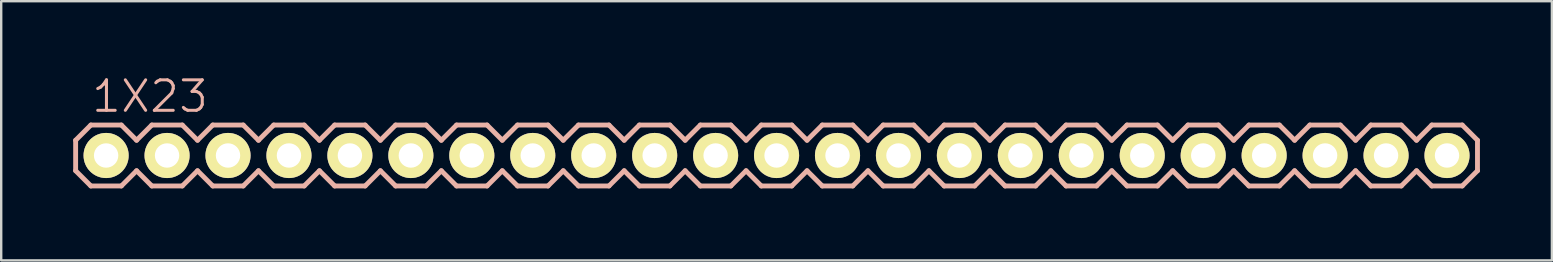
<source format=kicad_pcb>
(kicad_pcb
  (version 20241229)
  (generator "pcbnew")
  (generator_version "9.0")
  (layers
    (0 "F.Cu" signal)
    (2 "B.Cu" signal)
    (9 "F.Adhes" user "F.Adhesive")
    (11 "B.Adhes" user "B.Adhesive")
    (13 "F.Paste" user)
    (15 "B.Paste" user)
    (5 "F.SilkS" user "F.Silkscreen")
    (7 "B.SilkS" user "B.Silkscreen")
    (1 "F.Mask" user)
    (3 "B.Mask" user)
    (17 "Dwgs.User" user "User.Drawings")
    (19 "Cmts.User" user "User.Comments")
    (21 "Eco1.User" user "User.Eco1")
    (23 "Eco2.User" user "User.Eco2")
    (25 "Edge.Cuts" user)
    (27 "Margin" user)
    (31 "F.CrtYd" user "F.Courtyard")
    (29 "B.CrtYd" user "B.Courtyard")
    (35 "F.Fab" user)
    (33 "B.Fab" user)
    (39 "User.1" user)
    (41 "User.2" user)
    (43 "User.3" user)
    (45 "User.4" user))
  (footprint "1X23"
    (layer "F.Cu")
    (at 28.042 3.43)
    (property "Reference" "1X23" (at -24.841 -2.464 0) (layer "B.SilkS") (effects (font (size 1.27 1.27) (thickness 0.127))))
    (attr exclude_from_pos_files exclude_from_bom)
    (fp_line (start -26.924 -0.254) (end -26.416 -0.254) (stroke (width 0.066) (type solid)) (layer "F.SilkS"))
    (fp_line (start -26.924 0.254) (end -26.924 -0.254) (stroke (width 0.066) (type solid)) (layer "F.SilkS"))
    (fp_line (start -26.924 0.254) (end -26.416 0.254) (stroke (width 0.066) (type solid)) (layer "F.SilkS"))
    (fp_line (start -26.416 0.254) (end -26.416 -0.254) (stroke (width 0.066) (type solid)) (layer "F.SilkS"))
    (fp_line (start -24.384 -0.254) (end -23.876 -0.254) (stroke (width 0.066) (type solid)) (layer "F.SilkS"))
    (fp_line (start -24.384 0.254) (end -24.384 -0.254) (stroke (width 0.066) (type solid)) (layer "F.SilkS"))
    (fp_line (start -24.384 0.254) (end -23.876 0.254) (stroke (width 0.066) (type solid)) (layer "F.SilkS"))
    (fp_line (start -23.876 0.254) (end -23.876 -0.254) (stroke (width 0.066) (type solid)) (layer "F.SilkS"))
    (fp_line (start -21.844 -0.254) (end -21.336 -0.254) (stroke (width 0.066) (type solid)) (layer "F.SilkS"))
    (fp_line (start -21.844 0.254) (end -21.844 -0.254) (stroke (width 0.066) (type solid)) (layer "F.SilkS"))
    (fp_line (start -21.844 0.254) (end -21.336 0.254) (stroke (width 0.066) (type solid)) (layer "F.SilkS"))
    (fp_line (start -21.336 0.254) (end -21.336 -0.254) (stroke (width 0.066) (type solid)) (layer "F.SilkS"))
    (fp_line (start -19.304 -0.254) (end -18.796 -0.254) (stroke (width 0.066) (type solid)) (layer "F.SilkS"))
    (fp_line (start -19.304 0.254) (end -19.304 -0.254) (stroke (width 0.066) (type solid)) (layer "F.SilkS"))
    (fp_line (start -19.304 0.254) (end -18.796 0.254) (stroke (width 0.066) (type solid)) (layer "F.SilkS"))
    (fp_line (start -18.796 0.254) (end -18.796 -0.254) (stroke (width 0.066) (type solid)) (layer "F.SilkS"))
    (fp_line (start -16.764 -0.254) (end -16.256 -0.254) (stroke (width 0.066) (type solid)) (layer "F.SilkS"))
    (fp_line (start -16.764 0.254) (end -16.764 -0.254) (stroke (width 0.066) (type solid)) (layer "F.SilkS"))
    (fp_line (start -16.764 0.254) (end -16.256 0.254) (stroke (width 0.066) (type solid)) (layer "F.SilkS"))
    (fp_line (start -16.256 0.254) (end -16.256 -0.254) (stroke (width 0.066) (type solid)) (layer "F.SilkS"))
    (fp_line (start -14.224 -0.254) (end -13.716 -0.254) (stroke (width 0.066) (type solid)) (layer "F.SilkS"))
    (fp_line (start -14.224 0.254) (end -14.224 -0.254) (stroke (width 0.066) (type solid)) (layer "F.SilkS"))
    (fp_line (start -14.224 0.254) (end -13.716 0.254) (stroke (width 0.066) (type solid)) (layer "F.SilkS"))
    (fp_line (start -13.716 0.254) (end -13.716 -0.254) (stroke (width 0.066) (type solid)) (layer "F.SilkS"))
    (fp_line (start -11.684 -0.254) (end -11.176 -0.254) (stroke (width 0.066) (type solid)) (layer "F.SilkS"))
    (fp_line (start -11.684 0.254) (end -11.684 -0.254) (stroke (width 0.066) (type solid)) (layer "F.SilkS"))
    (fp_line (start -11.684 0.254) (end -11.176 0.254) (stroke (width 0.066) (type solid)) (layer "F.SilkS"))
    (fp_line (start -11.176 0.254) (end -11.176 -0.254) (stroke (width 0.066) (type solid)) (layer "F.SilkS"))
    (fp_line (start -9.144 -0.254) (end -8.636 -0.254) (stroke (width 0.066) (type solid)) (layer "F.SilkS"))
    (fp_line (start -9.144 0.254) (end -9.144 -0.254) (stroke (width 0.066) (type solid)) (layer "F.SilkS"))
    (fp_line (start -9.144 0.254) (end -8.636 0.254) (stroke (width 0.066) (type solid)) (layer "F.SilkS"))
    (fp_line (start -8.636 0.254) (end -8.636 -0.254) (stroke (width 0.066) (type solid)) (layer "F.SilkS"))
    (fp_line (start -6.604 -0.254) (end -6.096 -0.254) (stroke (width 0.066) (type solid)) (layer "F.SilkS"))
    (fp_line (start -6.604 0.254) (end -6.604 -0.254) (stroke (width 0.066) (type solid)) (layer "F.SilkS"))
    (fp_line (start -6.604 0.254) (end -6.096 0.254) (stroke (width 0.066) (type solid)) (layer "F.SilkS"))
    (fp_line (start -6.096 0.254) (end -6.096 -0.254) (stroke (width 0.066) (type solid)) (layer "F.SilkS"))
    (fp_line (start -4.064 -0.254) (end -3.556 -0.254) (stroke (width 0.066) (type solid)) (layer "F.SilkS"))
    (fp_line (start -4.064 0.254) (end -4.064 -0.254) (stroke (width 0.066) (type solid)) (layer "F.SilkS"))
    (fp_line (start -4.064 0.254) (end -3.556 0.254) (stroke (width 0.066) (type solid)) (layer "F.SilkS"))
    (fp_line (start -3.556 0.254) (end -3.556 -0.254) (stroke (width 0.066) (type solid)) (layer "F.SilkS"))
    (fp_line (start -1.524 -0.254) (end -1.016 -0.254) (stroke (width 0.066) (type solid)) (layer "F.SilkS"))
    (fp_line (start -1.524 0.254) (end -1.524 -0.254) (stroke (width 0.066) (type solid)) (layer "F.SilkS"))
    (fp_line (start -1.524 0.254) (end -1.016 0.254) (stroke (width 0.066) (type solid)) (layer "F.SilkS"))
    (fp_line (start -1.016 0.254) (end -1.016 -0.254) (stroke (width 0.066) (type solid)) (layer "F.SilkS"))
    (fp_line (start 1.016 -0.254) (end 1.524 -0.254) (stroke (width 0.066) (type solid)) (layer "F.SilkS"))
    (fp_line (start 1.016 0.254) (end 1.016 -0.254) (stroke (width 0.066) (type solid)) (layer "F.SilkS"))
    (fp_line (start 1.016 0.254) (end 1.524 0.254) (stroke (width 0.066) (type solid)) (layer "F.SilkS"))
    (fp_line (start 1.524 0.254) (end 1.524 -0.254) (stroke (width 0.066) (type solid)) (layer "F.SilkS"))
    (fp_line (start 3.556 -0.254) (end 4.064 -0.254) (stroke (width 0.066) (type solid)) (layer "F.SilkS"))
    (fp_line (start 3.556 0.254) (end 3.556 -0.254) (stroke (width 0.066) (type solid)) (layer "F.SilkS"))
    (fp_line (start 3.556 0.254) (end 4.064 0.254) (stroke (width 0.066) (type solid)) (layer "F.SilkS"))
    (fp_line (start 4.064 0.254) (end 4.064 -0.254) (stroke (width 0.066) (type solid)) (layer "F.SilkS"))
    (fp_line (start 6.096 -0.254) (end 6.604 -0.254) (stroke (width 0.066) (type solid)) (layer "F.SilkS"))
    (fp_line (start 6.096 0.254) (end 6.096 -0.254) (stroke (width 0.066) (type solid)) (layer "F.SilkS"))
    (fp_line (start 6.096 0.254) (end 6.604 0.254) (stroke (width 0.066) (type solid)) (layer "F.SilkS"))
    (fp_line (start 6.604 0.254) (end 6.604 -0.254) (stroke (width 0.066) (type solid)) (layer "F.SilkS"))
    (fp_line (start 8.636 -0.254) (end 9.144 -0.254) (stroke (width 0.066) (type solid)) (layer "F.SilkS"))
    (fp_line (start 8.636 0.254) (end 8.636 -0.254) (stroke (width 0.066) (type solid)) (layer "F.SilkS"))
    (fp_line (start 8.636 0.254) (end 9.144 0.254) (stroke (width 0.066) (type solid)) (layer "F.SilkS"))
    (fp_line (start 9.144 0.254) (end 9.144 -0.254) (stroke (width 0.066) (type solid)) (layer "F.SilkS"))
    (fp_line (start 11.176 -0.254) (end 11.684 -0.254) (stroke (width 0.066) (type solid)) (layer "F.SilkS"))
    (fp_line (start 11.176 0.254) (end 11.176 -0.254) (stroke (width 0.066) (type solid)) (layer "F.SilkS"))
    (fp_line (start 11.176 0.254) (end 11.684 0.254) (stroke (width 0.066) (type solid)) (layer "F.SilkS"))
    (fp_line (start 11.684 0.254) (end 11.684 -0.254) (stroke (width 0.066) (type solid)) (layer "F.SilkS"))
    (fp_line (start 13.716 -0.254) (end 14.224 -0.254) (stroke (width 0.066) (type solid)) (layer "F.SilkS"))
    (fp_line (start 13.716 0.254) (end 13.716 -0.254) (stroke (width 0.066) (type solid)) (layer "F.SilkS"))
    (fp_line (start 13.716 0.254) (end 14.224 0.254) (stroke (width 0.066) (type solid)) (layer "F.SilkS"))
    (fp_line (start 14.224 0.254) (end 14.224 -0.254) (stroke (width 0.066) (type solid)) (layer "F.SilkS"))
    (fp_line (start 16.256 -0.254) (end 16.764 -0.254) (stroke (width 0.066) (type solid)) (layer "F.SilkS"))
    (fp_line (start 16.256 0.254) (end 16.256 -0.254) (stroke (width 0.066) (type solid)) (layer "F.SilkS"))
    (fp_line (start 16.256 0.254) (end 16.764 0.254) (stroke (width 0.066) (type solid)) (layer "F.SilkS"))
    (fp_line (start 16.764 0.254) (end 16.764 -0.254) (stroke (width 0.066) (type solid)) (layer "F.SilkS"))
    (fp_line (start 18.796 -0.254) (end 19.304 -0.254) (stroke (width 0.066) (type solid)) (layer "F.SilkS"))
    (fp_line (start 18.796 0.254) (end 18.796 -0.254) (stroke (width 0.066) (type solid)) (layer "F.SilkS"))
    (fp_line (start 18.796 0.254) (end 19.304 0.254) (stroke (width 0.066) (type solid)) (layer "F.SilkS"))
    (fp_line (start 19.304 0.254) (end 19.304 -0.254) (stroke (width 0.066) (type solid)) (layer "F.SilkS"))
    (fp_line (start 21.336 -0.254) (end 21.844 -0.254) (stroke (width 0.066) (type solid)) (layer "F.SilkS"))
    (fp_line (start 21.336 0.254) (end 21.336 -0.254) (stroke (width 0.066) (type solid)) (layer "F.SilkS"))
    (fp_line (start 21.336 0.254) (end 21.844 0.254) (stroke (width 0.066) (type solid)) (layer "F.SilkS"))
    (fp_line (start 21.844 0.254) (end 21.844 -0.254) (stroke (width 0.066) (type solid)) (layer "F.SilkS"))
    (fp_line (start 23.876 -0.254) (end 24.384 -0.254) (stroke (width 0.066) (type solid)) (layer "F.SilkS"))
    (fp_line (start 23.876 0.254) (end 23.876 -0.254) (stroke (width 0.066) (type solid)) (layer "F.SilkS"))
    (fp_line (start 23.876 0.254) (end 24.384 0.254) (stroke (width 0.066) (type solid)) (layer "F.SilkS"))
    (fp_line (start 24.384 0.254) (end 24.384 -0.254) (stroke (width 0.066) (type solid)) (layer "F.SilkS"))
    (fp_line (start 26.416 -0.254) (end 26.924 -0.254) (stroke (width 0.066) (type solid)) (layer "F.SilkS"))
    (fp_line (start 26.416 0.254) (end 26.416 -0.254) (stroke (width 0.066) (type solid)) (layer "F.SilkS"))
    (fp_line (start 26.416 0.254) (end 26.924 0.254) (stroke (width 0.066) (type solid)) (layer "F.SilkS"))
    (fp_line (start 26.924 0.254) (end 26.924 -0.254) (stroke (width 0.066) (type solid)) (layer "F.SilkS"))
    (fp_line (start 28.953 -0.254) (end 29.464 -0.254) (stroke (width 0.066) (type solid)) (layer "F.SilkS"))
    (fp_line (start 28.953 0.254) (end 28.953 -0.254) (stroke (width 0.066) (type solid)) (layer "F.SilkS"))
    (fp_line (start 28.953 0.254) (end 29.464 0.254) (stroke (width 0.066) (type solid)) (layer "F.SilkS"))
    (fp_line (start 29.464 0.254) (end 29.464 -0.254) (stroke (width 0.066) (type solid)) (layer "F.SilkS"))
    (fp_line (start -27.94 -0.635) (end -27.94 0.635) (stroke (width 0.203) (type solid)) (layer "B.SilkS"))
    (fp_line (start -27.94 -0.635) (end -27.305 -1.27) (stroke (width 0.203) (type solid)) (layer "B.SilkS"))
    (fp_line (start -27.305 -1.27) (end -26.035 -1.27) (stroke (width 0.203) (type solid)) (layer "B.SilkS"))
    (fp_line (start -27.305 1.27) (end -27.94 0.635) (stroke (width 0.203) (type solid)) (layer "B.SilkS"))
    (fp_line (start -26.035 -1.27) (end -25.4 -0.635) (stroke (width 0.203) (type solid)) (layer "B.SilkS"))
    (fp_line (start -26.035 1.27) (end -27.305 1.27) (stroke (width 0.203) (type solid)) (layer "B.SilkS"))
    (fp_line (start -25.4 -0.635) (end -24.765 -1.27) (stroke (width 0.203) (type solid)) (layer "B.SilkS"))
    (fp_line (start -25.4 0.635) (end -26.035 1.27) (stroke (width 0.203) (type solid)) (layer "B.SilkS"))
    (fp_line (start -24.765 -1.27) (end -23.495 -1.27) (stroke (width 0.203) (type solid)) (layer "B.SilkS"))
    (fp_line (start -24.765 1.27) (end -25.4 0.635) (stroke (width 0.203) (type solid)) (layer "B.SilkS"))
    (fp_line (start -23.495 -1.27) (end -22.86 -0.635) (stroke (width 0.203) (type solid)) (layer "B.SilkS"))
    (fp_line (start -23.495 1.27) (end -24.765 1.27) (stroke (width 0.203) (type solid)) (layer "B.SilkS"))
    (fp_line (start -22.86 0.635) (end -23.495 1.27) (stroke (width 0.203) (type solid)) (layer "B.SilkS"))
    (fp_line (start -22.86 0.635) (end -22.225 1.27) (stroke (width 0.203) (type solid)) (layer "B.SilkS"))
    (fp_line (start -22.225 -1.27) (end -22.86 -0.635) (stroke (width 0.203) (type solid)) (layer "B.SilkS"))
    (fp_line (start -22.225 -1.27) (end -20.955 -1.27) (stroke (width 0.203) (type solid)) (layer "B.SilkS"))
    (fp_line (start -20.955 -1.27) (end -20.32 -0.635) (stroke (width 0.203) (type solid)) (layer "B.SilkS"))
    (fp_line (start -20.955 1.27) (end -22.225 1.27) (stroke (width 0.203) (type solid)) (layer "B.SilkS"))
    (fp_line (start -20.32 -0.635) (end -19.685 -1.27) (stroke (width 0.203) (type solid)) (layer "B.SilkS"))
    (fp_line (start -20.32 0.635) (end -20.955 1.27) (stroke (width 0.203) (type solid)) (layer "B.SilkS"))
    (fp_line (start -19.685 -1.27) (end -18.415 -1.27) (stroke (width 0.203) (type solid)) (layer "B.SilkS"))
    (fp_line (start -19.685 1.27) (end -20.32 0.635) (stroke (width 0.203) (type solid)) (layer "B.SilkS"))
    (fp_line (start -18.415 -1.27) (end -17.78 -0.635) (stroke (width 0.203) (type solid)) (layer "B.SilkS"))
    (fp_line (start -18.415 1.27) (end -19.685 1.27) (stroke (width 0.203) (type solid)) (layer "B.SilkS"))
    (fp_line (start -17.78 -0.635) (end -17.145 -1.27) (stroke (width 0.203) (type solid)) (layer "B.SilkS"))
    (fp_line (start -17.78 0.635) (end -18.415 1.27) (stroke (width 0.203) (type solid)) (layer "B.SilkS"))
    (fp_line (start -17.145 -1.27) (end -15.875 -1.27) (stroke (width 0.203) (type solid)) (layer "B.SilkS"))
    (fp_line (start -17.145 1.27) (end -17.78 0.635) (stroke (width 0.203) (type solid)) (layer "B.SilkS"))
    (fp_line (start -15.875 -1.27) (end -15.24 -0.635) (stroke (width 0.203) (type solid)) (layer "B.SilkS"))
    (fp_line (start -15.875 1.27) (end -17.145 1.27) (stroke (width 0.203) (type solid)) (layer "B.SilkS"))
    (fp_line (start -15.24 0.635) (end -15.875 1.27) (stroke (width 0.203) (type solid)) (layer "B.SilkS"))
    (fp_line (start -15.24 0.635) (end -14.605 1.27) (stroke (width 0.203) (type solid)) (layer "B.SilkS"))
    (fp_line (start -14.605 -1.27) (end -15.24 -0.635) (stroke (width 0.203) (type solid)) (layer "B.SilkS"))
    (fp_line (start -14.605 -1.27) (end -13.335 -1.27) (stroke (width 0.203) (type solid)) (layer "B.SilkS"))
    (fp_line (start -13.335 -1.27) (end -12.7 -0.635) (stroke (width 0.203) (type solid)) (layer "B.SilkS"))
    (fp_line (start -13.335 1.27) (end -14.605 1.27) (stroke (width 0.203) (type solid)) (layer "B.SilkS"))
    (fp_line (start -12.7 0.635) (end -13.335 1.27) (stroke (width 0.203) (type solid)) (layer "B.SilkS"))
    (fp_line (start -12.7 0.635) (end -12.065 1.27) (stroke (width 0.203) (type solid)) (layer "B.SilkS"))
    (fp_line (start -12.065 -1.27) (end -12.7 -0.635) (stroke (width 0.203) (type solid)) (layer "B.SilkS"))
    (fp_line (start -12.065 -1.27) (end -10.795 -1.27) (stroke (width 0.203) (type solid)) (layer "B.SilkS"))
    (fp_line (start -10.795 -1.27) (end -10.16 -0.635) (stroke (width 0.203) (type solid)) (layer "B.SilkS"))
    (fp_line (start -10.795 1.27) (end -12.065 1.27) (stroke (width 0.203) (type solid)) (layer "B.SilkS"))
    (fp_line (start -10.16 -0.635) (end -9.525 -1.27) (stroke (width 0.203) (type solid)) (layer "B.SilkS"))
    (fp_line (start -10.16 0.635) (end -10.795 1.27) (stroke (width 0.203) (type solid)) (layer "B.SilkS"))
    (fp_line (start -9.525 -1.27) (end -8.255 -1.27) (stroke (width 0.203) (type solid)) (layer "B.SilkS"))
    (fp_line (start -9.525 1.27) (end -10.16 0.635) (stroke (width 0.203) (type solid)) (layer "B.SilkS"))
    (fp_line (start -8.255 -1.27) (end -7.62 -0.635) (stroke (width 0.203) (type solid)) (layer "B.SilkS"))
    (fp_line (start -8.255 1.27) (end -9.525 1.27) (stroke (width 0.203) (type solid)) (layer "B.SilkS"))
    (fp_line (start -7.62 -0.635) (end -6.985 -1.27) (stroke (width 0.203) (type solid)) (layer "B.SilkS"))
    (fp_line (start -7.62 0.635) (end -8.255 1.27) (stroke (width 0.203) (type solid)) (layer "B.SilkS"))
    (fp_line (start -6.985 -1.27) (end -5.715 -1.27) (stroke (width 0.203) (type solid)) (layer "B.SilkS"))
    (fp_line (start -6.985 1.27) (end -7.62 0.635) (stroke (width 0.203) (type solid)) (layer "B.SilkS"))
    (fp_line (start -5.715 -1.27) (end -5.08 -0.635) (stroke (width 0.203) (type solid)) (layer "B.SilkS"))
    (fp_line (start -5.715 1.27) (end -6.985 1.27) (stroke (width 0.203) (type solid)) (layer "B.SilkS"))
    (fp_line (start -5.08 0.635) (end -5.715 1.27) (stroke (width 0.203) (type solid)) (layer "B.SilkS"))
    (fp_line (start -5.08 0.635) (end -4.445 1.27) (stroke (width 0.203) (type solid)) (layer "B.SilkS"))
    (fp_line (start -4.445 -1.27) (end -5.08 -0.635) (stroke (width 0.203) (type solid)) (layer "B.SilkS"))
    (fp_line (start -4.445 -1.27) (end -3.175 -1.27) (stroke (width 0.203) (type solid)) (layer "B.SilkS"))
    (fp_line (start -3.175 -1.27) (end -2.54 -0.635) (stroke (width 0.203) (type solid)) (layer "B.SilkS"))
    (fp_line (start -3.175 1.27) (end -4.445 1.27) (stroke (width 0.203) (type solid)) (layer "B.SilkS"))
    (fp_line (start -2.54 -0.635) (end -1.905 -1.27) (stroke (width 0.203) (type solid)) (layer "B.SilkS"))
    (fp_line (start -2.54 0.635) (end -3.175 1.27) (stroke (width 0.203) (type solid)) (layer "B.SilkS"))
    (fp_line (start -1.905 -1.27) (end -0.635 -1.27) (stroke (width 0.203) (type solid)) (layer "B.SilkS"))
    (fp_line (start -1.905 1.27) (end -2.54 0.635) (stroke (width 0.203) (type solid)) (layer "B.SilkS"))
    (fp_line (start -0.635 -1.27) (end 0 -0.635) (stroke (width 0.203) (type solid)) (layer "B.SilkS"))
    (fp_line (start -0.635 1.27) (end -1.905 1.27) (stroke (width 0.203) (type solid)) (layer "B.SilkS"))
    (fp_line (start 0 -0.635) (end 0.635 -1.27) (stroke (width 0.203) (type solid)) (layer "B.SilkS"))
    (fp_line (start 0 0.635) (end -0.635 1.27) (stroke (width 0.203) (type solid)) (layer "B.SilkS"))
    (fp_line (start 0.635 -1.27) (end 1.905 -1.27) (stroke (width 0.203) (type solid)) (layer "B.SilkS"))
    (fp_line (start 0.635 1.27) (end 0 0.635) (stroke (width 0.203) (type solid)) (layer "B.SilkS"))
    (fp_line (start 1.905 -1.27) (end 2.54 -0.635) (stroke (width 0.203) (type solid)) (layer "B.SilkS"))
    (fp_line (start 1.905 1.27) (end 0.635 1.27) (stroke (width 0.203) (type solid)) (layer "B.SilkS"))
    (fp_line (start 2.54 0.635) (end 1.905 1.27) (stroke (width 0.203) (type solid)) (layer "B.SilkS"))
    (fp_line (start 2.54 0.635) (end 3.175 1.27) (stroke (width 0.203) (type solid)) (layer "B.SilkS"))
    (fp_line (start 3.175 -1.27) (end 2.54 -0.635) (stroke (width 0.203) (type solid)) (layer "B.SilkS"))
    (fp_line (start 3.175 -1.27) (end 4.445 -1.27) (stroke (width 0.203) (type solid)) (layer "B.SilkS"))
    (fp_line (start 4.445 -1.27) (end 5.08 -0.635) (stroke (width 0.203) (type solid)) (layer "B.SilkS"))
    (fp_line (start 4.445 1.27) (end 3.175 1.27) (stroke (width 0.203) (type solid)) (layer "B.SilkS"))
    (fp_line (start 5.08 0.635) (end 4.445 1.27) (stroke (width 0.203) (type solid)) (layer "B.SilkS"))
    (fp_line (start 5.08 0.635) (end 5.715 1.27) (stroke (width 0.203) (type solid)) (layer "B.SilkS"))
    (fp_line (start 5.715 -1.27) (end 5.08 -0.635) (stroke (width 0.203) (type solid)) (layer "B.SilkS"))
    (fp_line (start 5.715 -1.27) (end 6.985 -1.27) (stroke (width 0.203) (type solid)) (layer "B.SilkS"))
    (fp_line (start 6.985 -1.27) (end 7.62 -0.635) (stroke (width 0.203) (type solid)) (layer "B.SilkS"))
    (fp_line (start 6.985 1.27) (end 5.715 1.27) (stroke (width 0.203) (type solid)) (layer "B.SilkS"))
    (fp_line (start 7.62 0.635) (end 6.985 1.27) (stroke (width 0.203) (type solid)) (layer "B.SilkS"))
    (fp_line (start 7.62 0.635) (end 8.255 1.27) (stroke (width 0.203) (type solid)) (layer "B.SilkS"))
    (fp_line (start 8.255 -1.27) (end 7.62 -0.635) (stroke (width 0.203) (type solid)) (layer "B.SilkS"))
    (fp_line (start 8.255 -1.27) (end 9.525 -1.27) (stroke (width 0.203) (type solid)) (layer "B.SilkS"))
    (fp_line (start 9.525 -1.27) (end 10.16 -0.635) (stroke (width 0.203) (type solid)) (layer "B.SilkS"))
    (fp_line (start 9.525 1.27) (end 8.255 1.27) (stroke (width 0.203) (type solid)) (layer "B.SilkS"))
    (fp_line (start 10.16 0.635) (end 9.525 1.27) (stroke (width 0.203) (type solid)) (layer "B.SilkS"))
    (fp_line (start 10.16 0.635) (end 10.795 1.27) (stroke (width 0.203) (type solid)) (layer "B.SilkS"))
    (fp_line (start 10.795 -1.27) (end 10.16 -0.635) (stroke (width 0.203) (type solid)) (layer "B.SilkS"))
    (fp_line (start 10.795 -1.27) (end 12.065 -1.27) (stroke (width 0.203) (type solid)) (layer "B.SilkS"))
    (fp_line (start 12.065 -1.27) (end 12.7 -0.635) (stroke (width 0.203) (type solid)) (layer "B.SilkS"))
    (fp_line (start 12.065 1.27) (end 10.795 1.27) (stroke (width 0.203) (type solid)) (layer "B.SilkS"))
    (fp_line (start 12.7 0.635) (end 12.065 1.27) (stroke (width 0.203) (type solid)) (layer "B.SilkS"))
    (fp_line (start 12.7 0.635) (end 13.335 1.27) (stroke (width 0.203) (type solid)) (layer "B.SilkS"))
    (fp_line (start 13.335 -1.27) (end 12.7 -0.635) (stroke (width 0.203) (type solid)) (layer "B.SilkS"))
    (fp_line (start 13.335 -1.27) (end 14.605 -1.27) (stroke (width 0.203) (type solid)) (layer "B.SilkS"))
    (fp_line (start 14.605 -1.27) (end 15.24 -0.635) (stroke (width 0.203) (type solid)) (layer "B.SilkS"))
    (fp_line (start 14.605 1.27) (end 13.335 1.27) (stroke (width 0.203) (type solid)) (layer "B.SilkS"))
    (fp_line (start 15.24 0.635) (end 14.605 1.27) (stroke (width 0.203) (type solid)) (layer "B.SilkS"))
    (fp_line (start 15.24 0.635) (end 15.875 1.27) (stroke (width 0.203) (type solid)) (layer "B.SilkS"))
    (fp_line (start 15.875 -1.27) (end 15.24 -0.635) (stroke (width 0.203) (type solid)) (layer "B.SilkS"))
    (fp_line (start 15.875 -1.27) (end 17.145 -1.27) (stroke (width 0.203) (type solid)) (layer "B.SilkS"))
    (fp_line (start 17.145 -1.27) (end 17.78 -0.635) (stroke (width 0.203) (type solid)) (layer "B.SilkS"))
    (fp_line (start 17.145 1.27) (end 15.875 1.27) (stroke (width 0.203) (type solid)) (layer "B.SilkS"))
    (fp_line (start 17.78 0.635) (end 17.145 1.27) (stroke (width 0.203) (type solid)) (layer "B.SilkS"))
    (fp_line (start 17.78 0.635) (end 18.415 1.27) (stroke (width 0.203) (type solid)) (layer "B.SilkS"))
    (fp_line (start 18.415 -1.27) (end 17.78 -0.635) (stroke (width 0.203) (type solid)) (layer "B.SilkS"))
    (fp_line (start 18.415 -1.27) (end 19.685 -1.27) (stroke (width 0.203) (type solid)) (layer "B.SilkS"))
    (fp_line (start 19.685 -1.27) (end 20.32 -0.635) (stroke (width 0.203) (type solid)) (layer "B.SilkS"))
    (fp_line (start 19.685 1.27) (end 18.415 1.27) (stroke (width 0.203) (type solid)) (layer "B.SilkS"))
    (fp_line (start 20.32 0.635) (end 19.685 1.27) (stroke (width 0.203) (type solid)) (layer "B.SilkS"))
    (fp_line (start 20.32 0.635) (end 20.955 1.27) (stroke (width 0.203) (type solid)) (layer "B.SilkS"))
    (fp_line (start 20.955 -1.27) (end 20.32 -0.635) (stroke (width 0.203) (type solid)) (layer "B.SilkS"))
    (fp_line (start 20.955 -1.27) (end 22.225 -1.27) (stroke (width 0.203) (type solid)) (layer "B.SilkS"))
    (fp_line (start 22.225 -1.27) (end 22.86 -0.635) (stroke (width 0.203) (type solid)) (layer "B.SilkS"))
    (fp_line (start 22.225 1.27) (end 20.955 1.27) (stroke (width 0.203) (type solid)) (layer "B.SilkS"))
    (fp_line (start 22.86 0.635) (end 22.225 1.27) (stroke (width 0.203) (type solid)) (layer "B.SilkS"))
    (fp_line (start 22.86 0.635) (end 23.495 1.27) (stroke (width 0.203) (type solid)) (layer "B.SilkS"))
    (fp_line (start 23.495 -1.27) (end 22.86 -0.635) (stroke (width 0.203) (type solid)) (layer "B.SilkS"))
    (fp_line (start 23.495 -1.27) (end 24.765 -1.27) (stroke (width 0.203) (type solid)) (layer "B.SilkS"))
    (fp_line (start 24.765 -1.27) (end 25.4 -0.635) (stroke (width 0.203) (type solid)) (layer "B.SilkS"))
    (fp_line (start 24.765 1.27) (end 23.495 1.27) (stroke (width 0.203) (type solid)) (layer "B.SilkS"))
    (fp_line (start 25.4 0.635) (end 24.765 1.27) (stroke (width 0.203) (type solid)) (layer "B.SilkS"))
    (fp_line (start 25.4 0.635) (end 26.035 1.27) (stroke (width 0.203) (type solid)) (layer "B.SilkS"))
    (fp_line (start 26.035 -1.27) (end 25.4 -0.635) (stroke (width 0.203) (type solid)) (layer "B.SilkS"))
    (fp_line (start 26.035 -1.27) (end 27.305 -1.27) (stroke (width 0.203) (type solid)) (layer "B.SilkS"))
    (fp_line (start 27.305 -1.27) (end 27.94 -0.635) (stroke (width 0.203) (type solid)) (layer "B.SilkS"))
    (fp_line (start 27.305 1.27) (end 26.035 1.27) (stroke (width 0.203) (type solid)) (layer "B.SilkS"))
    (fp_line (start 27.94 0.635) (end 27.305 1.27) (stroke (width 0.203) (type solid)) (layer "B.SilkS"))
    (fp_line (start 27.94 0.635) (end 28.575 1.27) (stroke (width 0.203) (type solid)) (layer "B.SilkS"))
    (fp_line (start 28.575 -1.27) (end 27.94 -0.635) (stroke (width 0.203) (type solid)) (layer "B.SilkS"))
    (fp_line (start 28.575 -1.27) (end 29.845 -1.27) (stroke (width 0.203) (type solid)) (layer "B.SilkS"))
    (fp_line (start 29.845 -1.27) (end 30.48 -0.635) (stroke (width 0.203) (type solid)) (layer "B.SilkS"))
    (fp_line (start 29.845 1.27) (end 28.575 1.27) (stroke (width 0.203) (type solid)) (layer "B.SilkS"))
    (fp_line (start 30.48 -0.635) (end 30.48 0.635) (stroke (width 0.203) (type solid)) (layer "B.SilkS"))
    (fp_line (start 30.48 0.635) (end 29.845 1.27) (stroke (width 0.203) (type solid)) (layer "B.SilkS"))
    (pad "2" thru_hole circle (at -26.67 0) (size 1.88 1.88) (drill 1.016) (layers "*.Cu" "F.Mask" "F.SilkS" "F.Paste"))
    (pad "3" thru_hole circle (at -24.13 0) (size 1.88 1.88) (drill 1.016) (layers "*.Cu" "F.Mask" "F.SilkS" "F.Paste"))
    (pad "4" thru_hole circle (at -21.59 0) (size 1.88 1.88) (drill 1.016) (layers "*.Cu" "F.Mask" "F.SilkS" "F.Paste"))
    (pad "5" thru_hole circle (at -19.05 0) (size 1.88 1.88) (drill 1.016) (layers "*.Cu" "F.Mask" "F.SilkS" "F.Paste"))
    (pad "6" thru_hole circle (at -16.51 0) (size 1.88 1.88) (drill 1.016) (layers "*.Cu" "F.Mask" "F.SilkS" "F.Paste"))
    (pad "7" thru_hole circle (at -13.97 0) (size 1.88 1.88) (drill 1.016) (layers "*.Cu" "F.Mask" "F.SilkS" "F.Paste"))
    (pad "8" thru_hole circle (at -11.43 0) (size 1.88 1.88) (drill 1.016) (layers "*.Cu" "F.Mask" "F.SilkS" "F.Paste"))
    (pad "9" thru_hole circle (at -8.89 0) (size 1.88 1.88) (drill 1.016) (layers "*.Cu" "F.Mask" "F.SilkS" "F.Paste"))
    (pad "10" thru_hole circle (at -6.35 0) (size 1.88 1.88) (drill 1.016) (layers "*.Cu" "F.Mask" "F.SilkS" "F.Paste"))
    (pad "11" thru_hole circle (at -3.81 0) (size 1.88 1.88) (drill 1.016) (layers "*.Cu" "F.Mask" "F.SilkS" "F.Paste"))
    (pad "12" thru_hole circle (at -1.27 0) (size 1.88 1.88) (drill 1.016) (layers "*.Cu" "F.Mask" "F.SilkS" "F.Paste"))
    (pad "13" thru_hole circle (at 1.27 0) (size 1.88 1.88) (drill 1.016) (layers "*.Cu" "F.Mask" "F.SilkS" "F.Paste"))
    (pad "14" thru_hole circle (at 3.81 0) (size 1.88 1.88) (drill 1.016) (layers "*.Cu" "F.Mask" "F.SilkS" "F.Paste"))
    (pad "15" thru_hole circle (at 6.35 0) (size 1.88 1.88) (drill 1.016) (layers "*.Cu" "F.Mask" "F.SilkS" "F.Paste"))
    (pad "16" thru_hole circle (at 8.89 0) (size 1.88 1.88) (drill 1.016) (layers "*.Cu" "F.Mask" "F.SilkS" "F.Paste"))
    (pad "17" thru_hole circle (at 11.43 0) (size 1.88 1.88) (drill 1.016) (layers "*.Cu" "F.Mask" "F.SilkS" "F.Paste"))
    (pad "18" thru_hole circle (at 13.97 0) (size 1.88 1.88) (drill 1.016) (layers "*.Cu" "F.Mask" "F.SilkS" "F.Paste"))
    (pad "19" thru_hole circle (at 16.51 0) (size 1.88 1.88) (drill 1.016) (layers "*.Cu" "F.Mask" "F.SilkS" "F.Paste"))
    (pad "20" thru_hole circle (at 19.05 0) (size 1.88 1.88) (drill 1.016) (layers "*.Cu" "F.Mask" "F.SilkS" "F.Paste"))
    (pad "21" thru_hole circle (at 21.59 0) (size 1.88 1.88) (drill 1.016) (layers "*.Cu" "F.Mask" "F.SilkS" "F.Paste"))
    (pad "22" thru_hole circle (at 24.13 0) (size 1.88 1.88) (drill 1.016) (layers "*.Cu" "F.Mask" "F.SilkS" "F.Paste"))
    (pad "23" thru_hole circle (at 26.67 0) (size 1.88 1.88) (drill 1.016) (layers "*.Cu" "F.Mask" "F.SilkS" "F.Paste"))
    (pad "24" thru_hole circle (at 29.21 0) (size 1.88 1.88) (drill 1.016) (layers "*.Cu" "F.Mask" "F.SilkS" "F.Paste")))
  (gr_rect
    (start -3 -3)
    (end 61.623 7.801)
    (stroke (width 0.1) (type default))
    (fill no)
    (layer "Edge.Cuts")))
</source>
